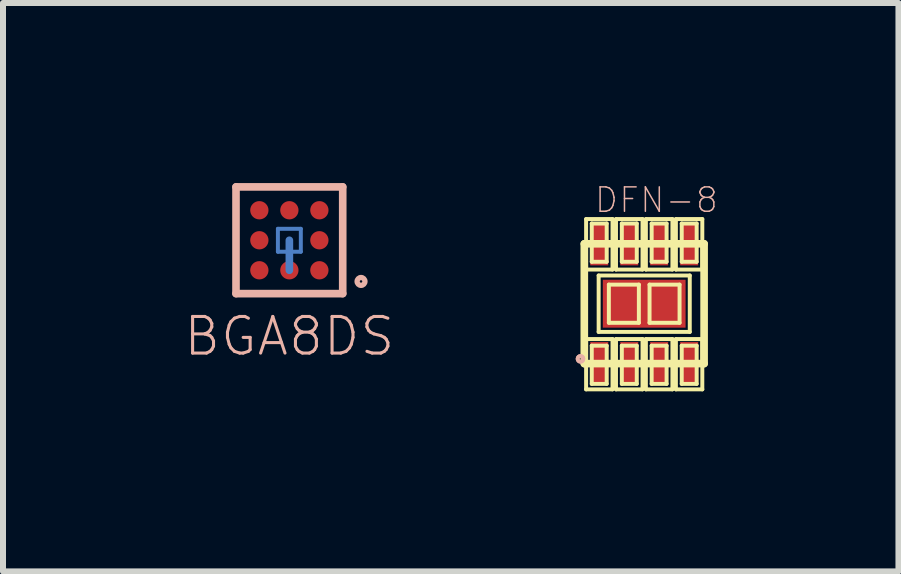
<source format=kicad_pcb>
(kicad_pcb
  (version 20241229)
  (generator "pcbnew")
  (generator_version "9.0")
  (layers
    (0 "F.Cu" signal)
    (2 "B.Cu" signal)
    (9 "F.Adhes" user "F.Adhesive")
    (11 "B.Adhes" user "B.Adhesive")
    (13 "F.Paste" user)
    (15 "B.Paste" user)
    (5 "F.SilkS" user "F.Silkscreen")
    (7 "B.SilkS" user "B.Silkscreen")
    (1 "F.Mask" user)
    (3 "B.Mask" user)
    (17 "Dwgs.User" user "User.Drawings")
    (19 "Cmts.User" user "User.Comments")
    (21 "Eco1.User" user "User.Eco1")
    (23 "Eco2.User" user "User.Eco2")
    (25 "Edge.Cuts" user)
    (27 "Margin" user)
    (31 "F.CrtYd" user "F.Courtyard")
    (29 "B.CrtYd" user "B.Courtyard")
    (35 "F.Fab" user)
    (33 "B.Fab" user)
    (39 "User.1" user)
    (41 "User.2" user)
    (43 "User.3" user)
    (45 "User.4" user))
  (footprint "DFN-8"
    (layer "F.Cu")
    (at 7.683 2.01)
    (property "Reference" "DFN-8" (at 0.203 -1.727 0) (layer "B.SilkS") (effects (font (size 0.406 0.406) (thickness 0.025))))
    (attr smd)
    (fp_line (start -0.998 -0.998) (end 0.998 -0.998) (stroke (width 0.127) (type solid)) (layer "F.SilkS"))
    (fp_line (start -0.998 0.998) (end -0.998 -0.998) (stroke (width 0.127) (type solid)) (layer "F.SilkS"))
    (fp_line (start -0.968 -1.41) (end -0.528 -1.41) (stroke (width 0.066) (type solid)) (layer "F.SilkS"))
    (fp_line (start -0.968 -0.569) (end -0.968 -1.41) (stroke (width 0.066) (type solid)) (layer "F.SilkS"))
    (fp_line (start -0.968 -0.569) (end -0.528 -0.569) (stroke (width 0.066) (type solid)) (layer "F.SilkS"))
    (fp_line (start -0.968 0.589) (end -0.528 0.589) (stroke (width 0.066) (type solid)) (layer "F.SilkS"))
    (fp_line (start -0.968 1.427) (end -0.968 0.589) (stroke (width 0.066) (type solid)) (layer "F.SilkS"))
    (fp_line (start -0.968 1.427) (end -0.528 1.427) (stroke (width 0.066) (type solid)) (layer "F.SilkS"))
    (fp_line (start -0.874 -1.336) (end -0.625 -1.336) (stroke (width 0.066) (type solid)) (layer "F.SilkS"))
    (fp_line (start -0.874 -0.699) (end -0.874 -1.336) (stroke (width 0.066) (type solid)) (layer "F.SilkS"))
    (fp_line (start -0.874 -0.699) (end -0.625 -0.699) (stroke (width 0.066) (type solid)) (layer "F.SilkS"))
    (fp_line (start -0.874 0.699) (end -0.625 0.699) (stroke (width 0.066) (type solid)) (layer "F.SilkS"))
    (fp_line (start -0.874 1.336) (end -0.874 0.699) (stroke (width 0.066) (type solid)) (layer "F.SilkS"))
    (fp_line (start -0.874 1.336) (end -0.625 1.336) (stroke (width 0.066) (type solid)) (layer "F.SilkS"))
    (fp_line (start -0.759 -0.47) (end 0.759 -0.47) (stroke (width 0.066) (type solid)) (layer "F.SilkS"))
    (fp_line (start -0.759 0.47) (end -0.759 -0.47) (stroke (width 0.066) (type solid)) (layer "F.SilkS"))
    (fp_line (start -0.759 0.47) (end 0.759 0.47) (stroke (width 0.066) (type solid)) (layer "F.SilkS"))
    (fp_line (start -0.625 -0.699) (end -0.625 -1.336) (stroke (width 0.066) (type solid)) (layer "F.SilkS"))
    (fp_line (start -0.625 1.336) (end -0.625 0.699) (stroke (width 0.066) (type solid)) (layer "F.SilkS"))
    (fp_line (start -0.589 -0.318) (end -0.089 -0.318) (stroke (width 0.066) (type solid)) (layer "F.SilkS"))
    (fp_line (start -0.589 0.318) (end -0.589 -0.318) (stroke (width 0.066) (type solid)) (layer "F.SilkS"))
    (fp_line (start -0.589 0.318) (end -0.089 0.318) (stroke (width 0.066) (type solid)) (layer "F.SilkS"))
    (fp_line (start -0.528 -0.569) (end -0.528 -1.41) (stroke (width 0.066) (type solid)) (layer "F.SilkS"))
    (fp_line (start -0.528 1.427) (end -0.528 0.589) (stroke (width 0.066) (type solid)) (layer "F.SilkS"))
    (fp_line (start -0.47 -1.41) (end -0.028 -1.41) (stroke (width 0.066) (type solid)) (layer "F.SilkS"))
    (fp_line (start -0.47 -0.569) (end -0.47 -1.41) (stroke (width 0.066) (type solid)) (layer "F.SilkS"))
    (fp_line (start -0.47 -0.569) (end -0.028 -0.569) (stroke (width 0.066) (type solid)) (layer "F.SilkS"))
    (fp_line (start -0.47 0.589) (end -0.028 0.589) (stroke (width 0.066) (type solid)) (layer "F.SilkS"))
    (fp_line (start -0.47 1.427) (end -0.47 0.589) (stroke (width 0.066) (type solid)) (layer "F.SilkS"))
    (fp_line (start -0.47 1.427) (end -0.028 1.427) (stroke (width 0.066) (type solid)) (layer "F.SilkS"))
    (fp_line (start -0.373 -1.336) (end -0.124 -1.336) (stroke (width 0.066) (type solid)) (layer "F.SilkS"))
    (fp_line (start -0.373 -0.699) (end -0.373 -1.336) (stroke (width 0.066) (type solid)) (layer "F.SilkS"))
    (fp_line (start -0.373 -0.699) (end -0.124 -0.699) (stroke (width 0.066) (type solid)) (layer "F.SilkS"))
    (fp_line (start -0.373 0.699) (end -0.124 0.699) (stroke (width 0.066) (type solid)) (layer "F.SilkS"))
    (fp_line (start -0.373 1.336) (end -0.373 0.699) (stroke (width 0.066) (type solid)) (layer "F.SilkS"))
    (fp_line (start -0.373 1.336) (end -0.124 1.336) (stroke (width 0.066) (type solid)) (layer "F.SilkS"))
    (fp_line (start -0.124 -0.699) (end -0.124 -1.336) (stroke (width 0.066) (type solid)) (layer "F.SilkS"))
    (fp_line (start -0.124 1.336) (end -0.124 0.699) (stroke (width 0.066) (type solid)) (layer "F.SilkS"))
    (fp_line (start -0.089 0.318) (end -0.089 -0.318) (stroke (width 0.066) (type solid)) (layer "F.SilkS"))
    (fp_line (start -0.028 -0.569) (end -0.028 -1.41) (stroke (width 0.066) (type solid)) (layer "F.SilkS"))
    (fp_line (start -0.028 1.427) (end -0.028 0.589) (stroke (width 0.066) (type solid)) (layer "F.SilkS"))
    (fp_line (start 0.028 -1.41) (end 0.47 -1.41) (stroke (width 0.066) (type solid)) (layer "F.SilkS"))
    (fp_line (start 0.028 -0.569) (end 0.028 -1.41) (stroke (width 0.066) (type solid)) (layer "F.SilkS"))
    (fp_line (start 0.028 -0.569) (end 0.47 -0.569) (stroke (width 0.066) (type solid)) (layer "F.SilkS"))
    (fp_line (start 0.028 0.589) (end 0.47 0.589) (stroke (width 0.066) (type solid)) (layer "F.SilkS"))
    (fp_line (start 0.028 1.427) (end 0.028 0.589) (stroke (width 0.066) (type solid)) (layer "F.SilkS"))
    (fp_line (start 0.028 1.427) (end 0.47 1.427) (stroke (width 0.066) (type solid)) (layer "F.SilkS"))
    (fp_line (start 0.089 -0.318) (end 0.589 -0.318) (stroke (width 0.066) (type solid)) (layer "F.SilkS"))
    (fp_line (start 0.089 0.318) (end 0.089 -0.318) (stroke (width 0.066) (type solid)) (layer "F.SilkS"))
    (fp_line (start 0.089 0.318) (end 0.589 0.318) (stroke (width 0.066) (type solid)) (layer "F.SilkS"))
    (fp_line (start 0.124 -1.336) (end 0.373 -1.336) (stroke (width 0.066) (type solid)) (layer "F.SilkS"))
    (fp_line (start 0.124 -0.699) (end 0.124 -1.336) (stroke (width 0.066) (type solid)) (layer "F.SilkS"))
    (fp_line (start 0.124 -0.699) (end 0.373 -0.699) (stroke (width 0.066) (type solid)) (layer "F.SilkS"))
    (fp_line (start 0.124 0.699) (end 0.373 0.699) (stroke (width 0.066) (type solid)) (layer "F.SilkS"))
    (fp_line (start 0.124 1.336) (end 0.124 0.699) (stroke (width 0.066) (type solid)) (layer "F.SilkS"))
    (fp_line (start 0.124 1.336) (end 0.373 1.336) (stroke (width 0.066) (type solid)) (layer "F.SilkS"))
    (fp_line (start 0.373 -0.699) (end 0.373 -1.336) (stroke (width 0.066) (type solid)) (layer "F.SilkS"))
    (fp_line (start 0.373 1.336) (end 0.373 0.699) (stroke (width 0.066) (type solid)) (layer "F.SilkS"))
    (fp_line (start 0.47 -0.569) (end 0.47 -1.41) (stroke (width 0.066) (type solid)) (layer "F.SilkS"))
    (fp_line (start 0.47 1.427) (end 0.47 0.589) (stroke (width 0.066) (type solid)) (layer "F.SilkS"))
    (fp_line (start 0.528 -1.41) (end 0.968 -1.41) (stroke (width 0.066) (type solid)) (layer "F.SilkS"))
    (fp_line (start 0.528 -0.569) (end 0.528 -1.41) (stroke (width 0.066) (type solid)) (layer "F.SilkS"))
    (fp_line (start 0.528 -0.569) (end 0.968 -0.569) (stroke (width 0.066) (type solid)) (layer "F.SilkS"))
    (fp_line (start 0.528 0.589) (end 0.968 0.589) (stroke (width 0.066) (type solid)) (layer "F.SilkS"))
    (fp_line (start 0.528 1.427) (end 0.528 0.589) (stroke (width 0.066) (type solid)) (layer "F.SilkS"))
    (fp_line (start 0.528 1.427) (end 0.968 1.427) (stroke (width 0.066) (type solid)) (layer "F.SilkS"))
    (fp_line (start 0.589 0.318) (end 0.589 -0.318) (stroke (width 0.066) (type solid)) (layer "F.SilkS"))
    (fp_line (start 0.625 -1.336) (end 0.874 -1.336) (stroke (width 0.066) (type solid)) (layer "F.SilkS"))
    (fp_line (start 0.625 -0.699) (end 0.625 -1.336) (stroke (width 0.066) (type solid)) (layer "F.SilkS"))
    (fp_line (start 0.625 -0.699) (end 0.874 -0.699) (stroke (width 0.066) (type solid)) (layer "F.SilkS"))
    (fp_line (start 0.625 0.699) (end 0.874 0.699) (stroke (width 0.066) (type solid)) (layer "F.SilkS"))
    (fp_line (start 0.625 1.336) (end 0.625 0.699) (stroke (width 0.066) (type solid)) (layer "F.SilkS"))
    (fp_line (start 0.625 1.336) (end 0.874 1.336) (stroke (width 0.066) (type solid)) (layer "F.SilkS"))
    (fp_line (start 0.759 0.47) (end 0.759 -0.47) (stroke (width 0.066) (type solid)) (layer "F.SilkS"))
    (fp_line (start 0.874 -0.699) (end 0.874 -1.336) (stroke (width 0.066) (type solid)) (layer "F.SilkS"))
    (fp_line (start 0.874 1.336) (end 0.874 0.699) (stroke (width 0.066) (type solid)) (layer "F.SilkS"))
    (fp_line (start 0.968 -0.569) (end 0.968 -1.41) (stroke (width 0.066) (type solid)) (layer "F.SilkS"))
    (fp_line (start 0.968 1.427) (end 0.968 0.589) (stroke (width 0.066) (type solid)) (layer "F.SilkS"))
    (fp_line (start 0.998 -0.998) (end 0.998 0.998) (stroke (width 0.127) (type solid)) (layer "F.SilkS"))
    (fp_line (start 0.998 0.998) (end -0.998 0.998) (stroke (width 0.127) (type solid)) (layer "F.SilkS"))
    (fp_circle (center -1.062 0.919) (end -1.095 0.953) (stroke (width 0.064) (type solid)) (fill no) (layer "B.SilkS"))
    (fp_circle (center -1.062 0.919) (end -1.095 0.953) (stroke (width 0.064) (type solid)) (fill no) (layer "B.SilkS"))
    (pad "P$1" smd rect (at -0.749 0.988 90) (size 0.699 0.3) (layers "F.Cu" "F.Mask" "F.Paste"))
    (pad "P$2" smd rect (at -0.249 0.988 90) (size 0.699 0.3) (layers "F.Cu" "F.Mask" "F.Paste"))
    (pad "P$3" smd rect (at 0.249 0.988 90) (size 0.699 0.3) (layers "F.Cu" "F.Mask" "F.Paste"))
    (pad "P$4" smd rect (at 0.749 0.988 90) (size 0.699 0.3) (layers "F.Cu" "F.Mask" "F.Paste"))
    (pad "P$5" smd rect (at 0.749 -0.988 90) (size 0.699 0.3) (layers "F.Cu" "F.Mask" "F.Paste"))
    (pad "P$6" smd rect (at 0.249 -0.988 90) (size 0.699 0.3) (layers "F.Cu" "F.Mask" "F.Paste"))
    (pad "P$7" smd rect (at -0.249 -0.988 90) (size 0.699 0.3) (layers "F.Cu" "F.Mask" "F.Paste"))
    (pad "P$8" smd rect (at -0.749 -0.988 90) (size 0.699 0.3) (layers "F.Cu" "F.Mask" "F.Paste"))
    (pad "P$9" smd rect (at 0 0) (size 1.379 0.798) (layers "F.Cu" "F.Mask" "F.Paste")))
  (footprint "BGA8DS"
    (layer "F.Cu")
    (at 1.771 0.953)
    (property "Reference" "BGA8DS" (at 0 1.6 0) (layer "B.SilkS") (effects (font (size 0.61 0.61) (thickness 0.051))))
    (attr smd)
    (fp_line (start -0.191 -0.191) (end 0.191 -0.191) (stroke (width 0.066) (type solid)) (layer "B.Cu"))
    (fp_line (start -0.191 0.191) (end -0.191 -0.191) (stroke (width 0.066) (type solid)) (layer "B.Cu"))
    (fp_line (start -0.191 0.191) (end 0.191 0.191) (stroke (width 0.066) (type solid)) (layer "B.Cu"))
    (fp_line (start 0 0) (end 0 0.5) (stroke (width 0.127) (type solid)) (layer "B.Cu"))
    (fp_line (start 0.191 0.191) (end 0.191 -0.191) (stroke (width 0.066) (type solid)) (layer "B.Cu"))
    (fp_line (start -0.889 -0.889) (end 0.889 -0.889) (stroke (width 0.127) (type solid)) (layer "B.SilkS"))
    (fp_line (start -0.889 0.889) (end -0.889 -0.889) (stroke (width 0.127) (type solid)) (layer "B.SilkS"))
    (fp_line (start 0.889 -0.889) (end 0.889 0.889) (stroke (width 0.127) (type solid)) (layer "B.SilkS"))
    (fp_line (start 0.889 0.889) (end -0.889 0.889) (stroke (width 0.127) (type solid)) (layer "B.SilkS"))
    (fp_circle (center 1.194 0.686) (end 1.24 0.732) (stroke (width 0.089) (type solid)) (fill no) (layer "B.SilkS"))
    (pad "A1" smd circle (at 0.5 0.5) (size 0.305 0.305) (layers "F.Cu" "F.Mask" "F.Paste"))
    (pad "A2" smd circle (at 0 0.5) (size 0.305 0.305) (layers "F.Cu" "F.Mask" "F.Paste"))
    (pad "A3" smd circle (at -0.5 0.5) (size 0.305 0.305) (layers "F.Cu" "F.Mask" "F.Paste"))
    (pad "B1" smd circle (at 0.5 0) (size 0.305 0.305) (layers "F.Cu" "F.Mask" "F.Paste"))
    (pad "B3" smd circle (at -0.5 0) (size 0.305 0.305) (layers "F.Cu" "F.Mask" "F.Paste"))
    (pad "C1" smd circle (at 0.5 -0.5) (size 0.305 0.305) (layers "F.Cu" "F.Mask" "F.Paste"))
    (pad "C2" smd circle (at 0 -0.5) (size 0.305 0.305) (layers "F.Cu" "F.Mask" "F.Paste"))
    (pad "C3" smd circle (at -0.5 -0.5) (size 0.305 0.305) (layers "F.Cu" "F.Mask" "F.Paste")))
  (gr_rect
    (start -3 -3)
    (end 11.919 6.47)
    (stroke (width 0.1) (type default))
    (fill no)
    (layer "Edge.Cuts")))
</source>
